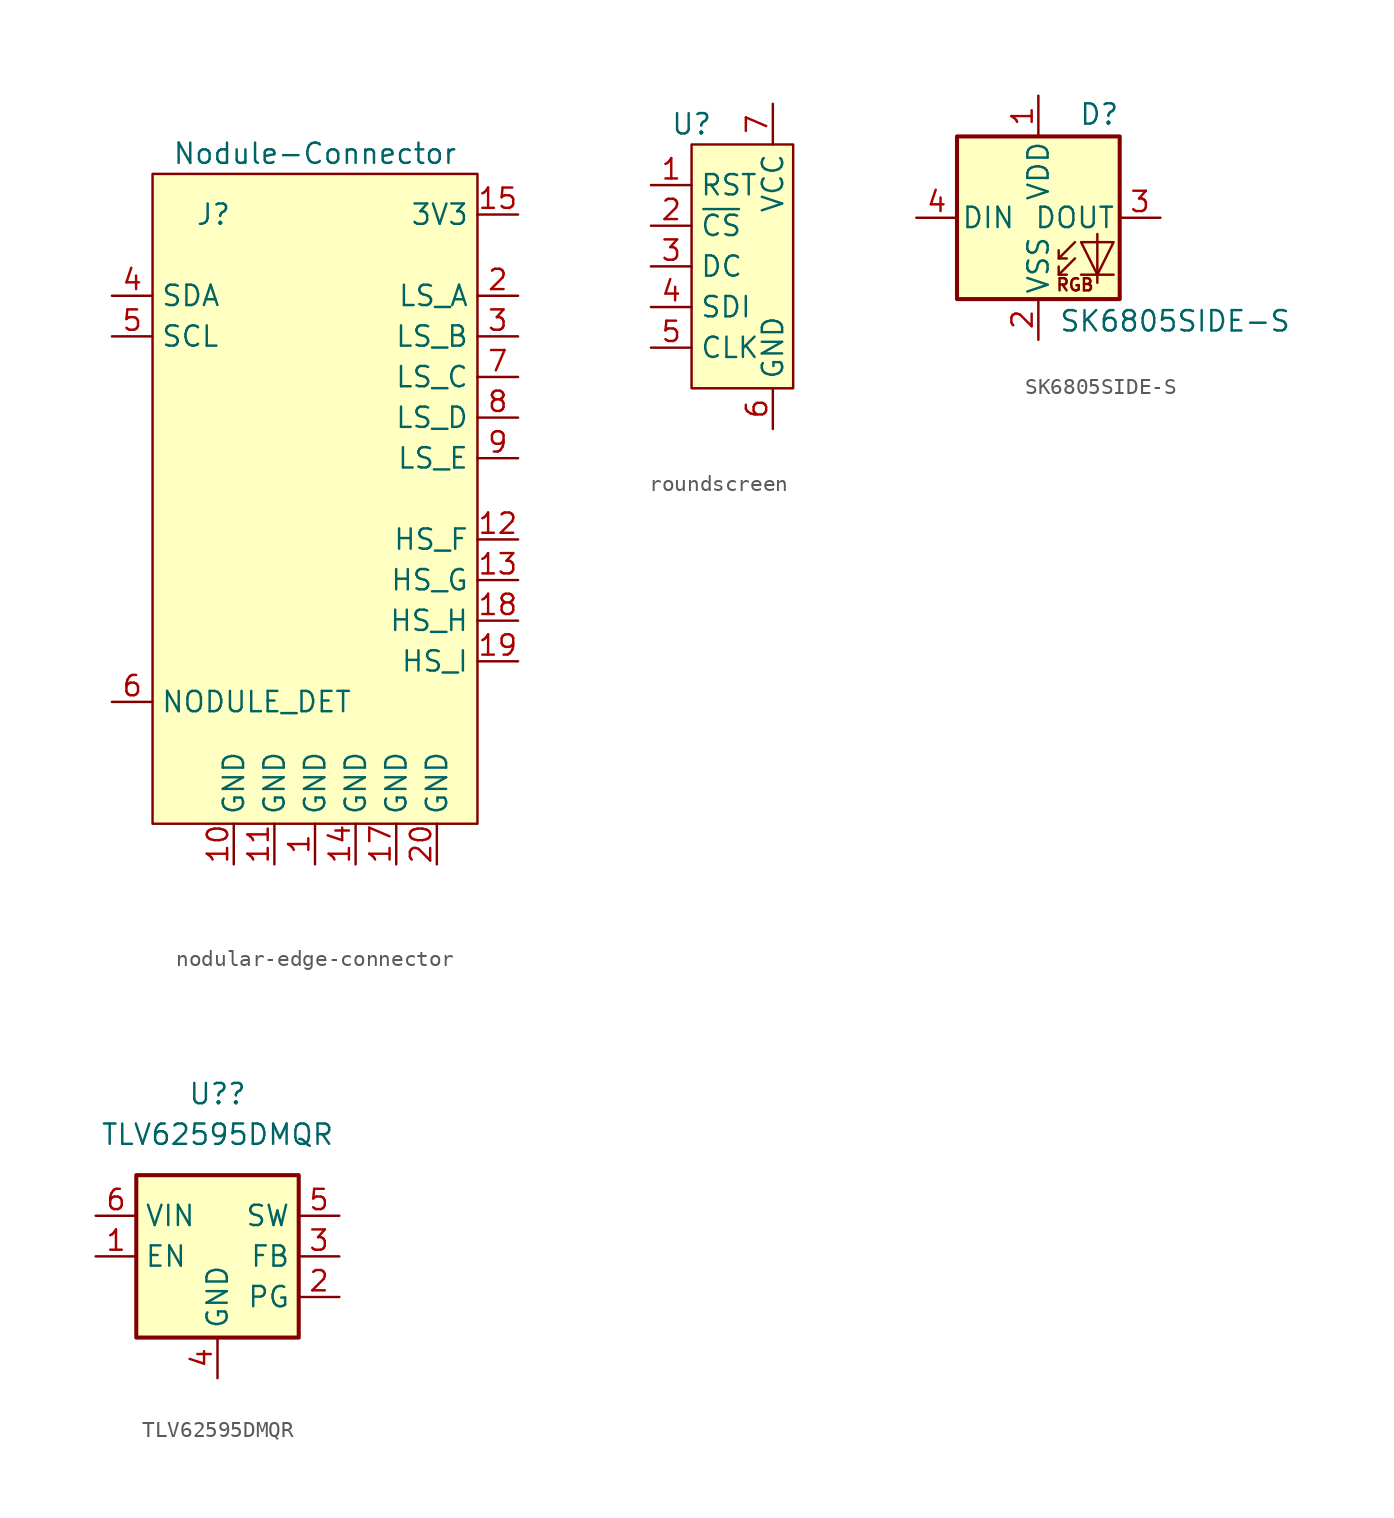
<source format=kicad_sym>
(kicad_symbol_lib
  (version 20220914)
  (generator kicad_symbol_editor)
  (symbol "nodular-edge-connector"
    (property "Reference" "J"
      (at -6.35 17.78 0)
      (effects (font (size 1.27 1.27))))
    (property "Value" "Nodule-Connector"
      (at 0 21.59 0)
      (effects (font (size 1.27 1.27))))
    (symbol "nodular-edge-connector_1_1"
      (rectangle (start -10.16 20.32) (end 10.16 -20.32) (stroke (width 0) (type default)) (fill (type background)))
      (pin power_out line (at 0 -22.86 90) (length 2.54) (name "GND" (effects (font (size 1.27 1.27)))) (number "1" (effects (font (size 1.27 1.27)))))
      (pin passive line (at -5.08 -22.86 90) (length 2.54) (name "GND" (effects (font (size 1.27 1.27)))) (number "10" (effects (font (size 1.27 1.27)))))
      (pin passive line (at -2.54 -22.86 90) (length 2.54) (name "GND" (effects (font (size 1.27 1.27)))) (number "11" (effects (font (size 1.27 1.27)))))
      (pin bidirectional line (at 12.7 -2.54 180) (length 2.54) (name "HS_F" (effects (font (size 1.27 1.27)))) (number "12" (effects (font (size 1.27 1.27)))))
      (pin bidirectional line (at 12.7 -5.08 180) (length 2.54) (name "HS_G" (effects (font (size 1.27 1.27)))) (number "13" (effects (font (size 1.27 1.27)))))
      (pin passive line (at 2.54 -22.86 90) (length 2.54) (name "GND" (effects (font (size 1.27 1.27)))) (number "14" (effects (font (size 1.27 1.27)))))
      (pin power_out line (at 12.7 17.78 180) (length 2.54) (name "3V3" (effects (font (size 1.27 1.27)))) (number "15" (effects (font (size 1.27 1.27)))))
      (pin passive line (at 12.7 17.78 180) (length 2.54) hide (name "3V3" (effects (font (size 1.27 1.27)))) (number "16" (effects (font (size 1.27 1.27)))))
      (pin passive line (at 5.08 -22.86 90) (length 2.54) (name "GND" (effects (font (size 1.27 1.27)))) (number "17" (effects (font (size 1.27 1.27)))))
      (pin bidirectional line (at 12.7 -7.62 180) (length 2.54) (name "HS_H" (effects (font (size 1.27 1.27)))) (number "18" (effects (font (size 1.27 1.27)))))
      (pin bidirectional line (at 12.7 -10.16 180) (length 2.54) (name "HS_I" (effects (font (size 1.27 1.27)))) (number "19" (effects (font (size 1.27 1.27)))))
      (pin bidirectional line (at 12.7 12.7 180) (length 2.54) (name "LS_A" (effects (font (size 1.27 1.27)))) (number "2" (effects (font (size 1.27 1.27)))))
      (pin passive line (at 7.62 -22.86 90) (length 2.54) (name "GND" (effects (font (size 1.27 1.27)))) (number "20" (effects (font (size 1.27 1.27)))))
      (pin bidirectional line (at 12.7 10.16 180) (length 2.54) (name "LS_B" (effects (font (size 1.27 1.27)))) (number "3" (effects (font (size 1.27 1.27)))))
      (pin bidirectional line (at -12.7 12.7 0) (length 2.54) (name "SDA" (effects (font (size 1.27 1.27)))) (number "4" (effects (font (size 1.27 1.27)))))
      (pin output line (at -12.7 10.16 0) (length 2.54) (name "SCL" (effects (font (size 1.27 1.27)))) (number "5" (effects (font (size 1.27 1.27)))))
      (pin bidirectional line (at -12.7 -12.7 0) (length 2.54) (name "NODULE_DET" (effects (font (size 1.27 1.27)))) (number "6" (effects (font (size 1.27 1.27)))))
      (pin bidirectional line (at 12.7 7.62 180) (length 2.54) (name "LS_C" (effects (font (size 1.27 1.27)))) (number "7" (effects (font (size 1.27 1.27)))))
      (pin bidirectional line (at 12.7 5.08 180) (length 2.54) (name "LS_D" (effects (font (size 1.27 1.27)))) (number "8" (effects (font (size 1.27 1.27)))))
      (pin bidirectional line (at 12.7 2.54 180) (length 2.54) (name "LS_E" (effects (font (size 1.27 1.27)))) (number "9" (effects (font (size 1.27 1.27)))))))
  (symbol "roundscreen"
    (property "Reference" "U"
      (at -5.08 8.89 0)
      (effects (font (size 1.27 1.27))))
    (property "Value" ""
      (at 0 0 0)
      (effects (font (size 1.27 1.27))))
    (symbol "roundscreen_1_1"
      (rectangle (start -5.08 7.62) (end 1.27 -7.62) (stroke (width 0) (type default)) (fill (type background)))
      (pin input line (at -7.62 5.08 0) (length 2.54) (name "RST" (effects (font (size 1.27 1.27)))) (number "1" (effects (font (size 1.27 1.27)))))
      (pin input line (at -7.62 2.54 0) (length 2.54) (name "~{CS}" (effects (font (size 1.27 1.27)))) (number "2" (effects (font (size 1.27 1.27)))))
      (pin input line (at -7.62 0 0) (length 2.54) (name "DC" (effects (font (size 1.27 1.27)))) (number "3" (effects (font (size 1.27 1.27)))))
      (pin input line (at -7.62 -2.54 0) (length 2.54) (name "SDI" (effects (font (size 1.27 1.27)))) (number "4" (effects (font (size 1.27 1.27)))))
      (pin input line (at -7.62 -5.08 0) (length 2.54) (name "CLK" (effects (font (size 1.27 1.27)))) (number "5" (effects (font (size 1.27 1.27)))))
      (pin power_in line (at 0 -10.16 90) (length 2.54) (name "GND" (effects (font (size 1.27 1.27)))) (number "6" (effects (font (size 1.27 1.27)))))
      (pin power_in line (at 0 10.16 270) (length 2.54) (name "VCC" (effects (font (size 1.27 1.27)))) (number "7" (effects (font (size 1.27 1.27)))))))
  (symbol "SK6805SIDE-S"
    (pin_names
      (offset 0.254))
    (property "Reference" "D"
      (at 5.08 5.715 0)
      (effects (font (size 1.27 1.27)) (justify right bottom)))
    (property "Value" "SK6805SIDE-S"
      (at 1.27 -5.715 0)
      (effects (font (size 1.27 1.27)) (justify left top)))
    (symbol "SK6805SIDE-S_0_0"
      (text "RGB" (at 2.286 -4.191 0) (effects (font (size 0.762 0.762)))))
    (symbol "SK6805SIDE-S_0_1"
      (rectangle (start -5.08 5.08) (end 5.08 -5.08) (stroke (width 0.254) (type default)) (fill (type background)))
      (polyline (pts (xy 1.27 -3.556) (xy 1.778 -3.556)) (stroke (width 0) (type default)) (fill (type none)))
      (polyline (pts (xy 1.27 -2.54) (xy 1.778 -2.54)) (stroke (width 0) (type default)) (fill (type none)))
      (polyline (pts (xy 4.699 -3.556) (xy 2.667 -3.556)) (stroke (width 0) (type default)) (fill (type none)))
      (polyline (pts (xy 2.286 -2.54) (xy 1.27 -3.556) (xy 1.27 -3.048)) (stroke (width 0) (type default)) (fill (type none)))
      (polyline (pts (xy 2.286 -1.524) (xy 1.27 -2.54) (xy 1.27 -2.032)) (stroke (width 0) (type default)) (fill (type none)))
      (polyline (pts (xy 3.683 -1.016) (xy 3.683 -3.556) (xy 3.683 -4.064)) (stroke (width 0) (type default)) (fill (type none)))
      (polyline (pts (xy 4.699 -1.524) (xy 2.667 -1.524) (xy 3.683 -3.556) (xy 4.699 -1.524)) (stroke (width 0) (type default)) (fill (type none))))
    (symbol "SK6805SIDE-S_1_1"
      (pin power_in line (at 0 7.62 270) (length 2.54) (name "VDD" (effects (font (size 1.27 1.27)))) (number "1" (effects (font (size 1.27 1.27)))))
      (pin power_in line (at 0 -7.62 90) (length 2.54) (name "VSS" (effects (font (size 1.27 1.27)))) (number "2" (effects (font (size 1.27 1.27)))))
      (pin output line (at 7.62 0 180) (length 2.54) (name "DOUT" (effects (font (size 1.27 1.27)))) (number "3" (effects (font (size 1.27 1.27)))))
      (pin input line (at -7.62 0 0) (length 2.54) (name "DIN" (effects (font (size 1.27 1.27)))) (number "4" (effects (font (size 1.27 1.27)))))))
  (symbol "TLV62595DMQR"
    (property "Reference" "U?"
      (at 0 10.16 0)
      (effects (font (size 1.27 1.27))))
    (property "Value" "TLV62595DMQR"
      (at 0 7.62 0)
      (effects (font (size 1.27 1.27))))
    (symbol "TLV62595DMQR_0_1"
      (rectangle (start -5.08 5.08) (end 5.08 -5.08) (stroke (width 0.254) (type default)) (fill (type background))))
    (symbol "TLV62595DMQR_1_1"
      (pin input line (at -7.62 0 0) (length 2.54) (name "EN" (effects (font (size 1.27 1.27)))) (number "1" (effects (font (size 1.27 1.27)))))
      (pin open_collector line (at 7.62 -2.54 180) (length 2.54) (name "PG" (effects (font (size 1.27 1.27)))) (number "2" (effects (font (size 1.27 1.27)))))
      (pin input line (at 7.62 0 180) (length 2.54) (name "FB" (effects (font (size 1.27 1.27)))) (number "3" (effects (font (size 1.27 1.27)))))
      (pin power_in line (at 0 -7.62 90) (length 2.54) (name "GND" (effects (font (size 1.27 1.27)))) (number "4" (effects (font (size 1.27 1.27)))))
      (pin power_out line (at 7.62 2.54 180) (length 2.54) (name "SW" (effects (font (size 1.27 1.27)))) (number "5" (effects (font (size 1.27 1.27)))))
      (pin power_in line (at -7.62 2.54 0) (length 2.54) (name "VIN" (effects (font (size 1.27 1.27)))) (number "6" (effects (font (size 1.27 1.27))))))))
</source>
